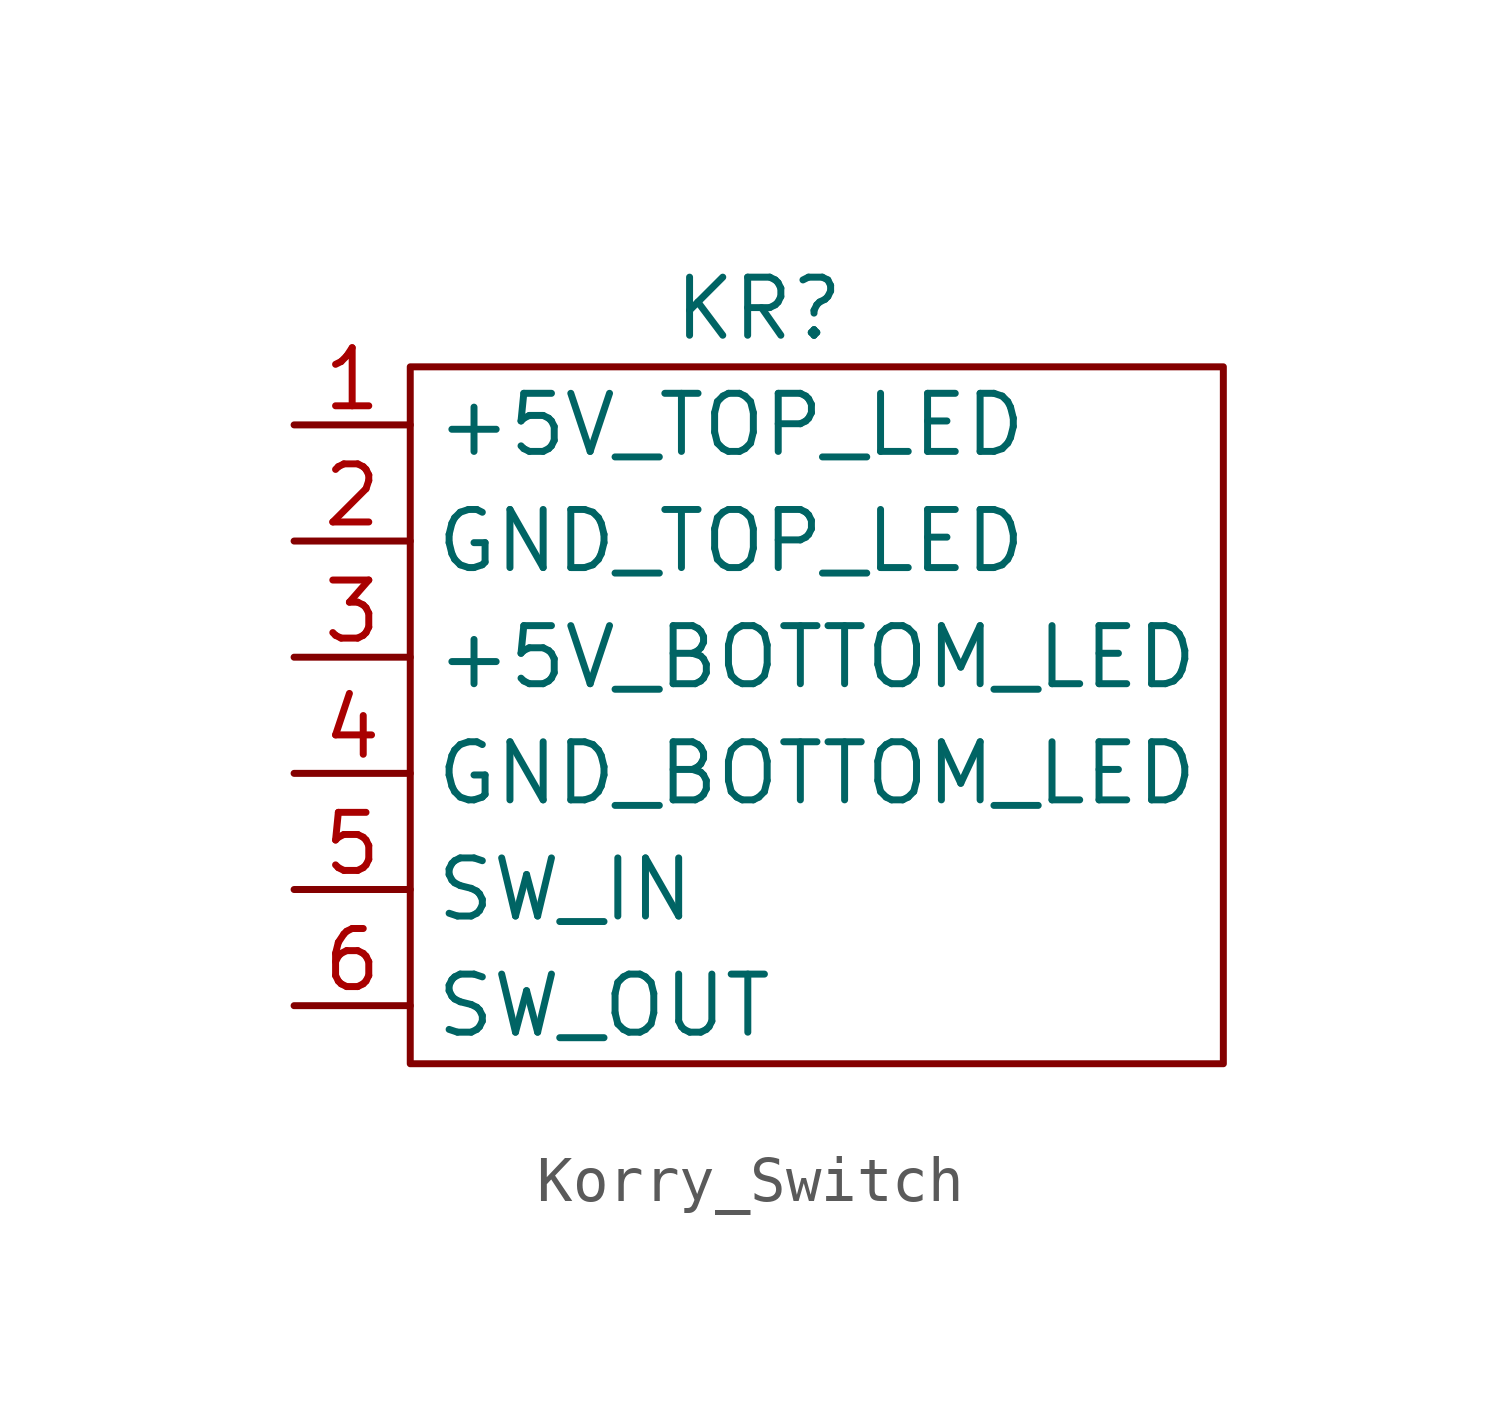
<source format=kicad_sym>
(kicad_symbol_lib
  (version 20241209)
  (generator "kicad_symbol_editor")
  (generator_version "9.0")
  (symbol "Korry_Switch"
    (property "Reference" "KR"
      (at 0 0 0)
      (effects (font (size 1.27 1.27))))
    (property "Value" ""
      (at 0 0 0)
      (effects (font (size 1.27 1.27))))
    (symbol "Korry_Switch_0_1"
      (rectangle (start -7.62 -1.27) (end 10.16 -16.51) (stroke (width 0) (type default)) (fill (type none))))
    (symbol "Korry_Switch_1_1"
      (pin input line (at -10.16 -2.54 0) (length 2.54) (name "+5V_TOP_LED" (effects (font (size 1.27 1.27)))) (number "1" (effects (font (size 1.27 1.27)))))
      (pin input line (at -10.16 -5.08 0) (length 2.54) (name "GND_TOP_LED" (effects (font (size 1.27 1.27)))) (number "2" (effects (font (size 1.27 1.27)))))
      (pin input line (at -10.16 -7.62 0) (length 2.54) (name "+5V_BOTTOM_LED" (effects (font (size 1.27 1.27)))) (number "3" (effects (font (size 1.27 1.27)))))
      (pin input line (at -10.16 -10.16 0) (length 2.54) (name "GND_BOTTOM_LED" (effects (font (size 1.27 1.27)))) (number "4" (effects (font (size 1.27 1.27)))))
      (pin output line (at -10.16 -12.7 0) (length 2.54) (name "SW_IN" (effects (font (size 1.27 1.27)))) (number "5" (effects (font (size 1.27 1.27)))))
      (pin output line (at -10.16 -15.24 0) (length 2.54) (name "SW_OUT" (effects (font (size 1.27 1.27)))) (number "6" (effects (font (size 1.27 1.27))))))))
</source>
